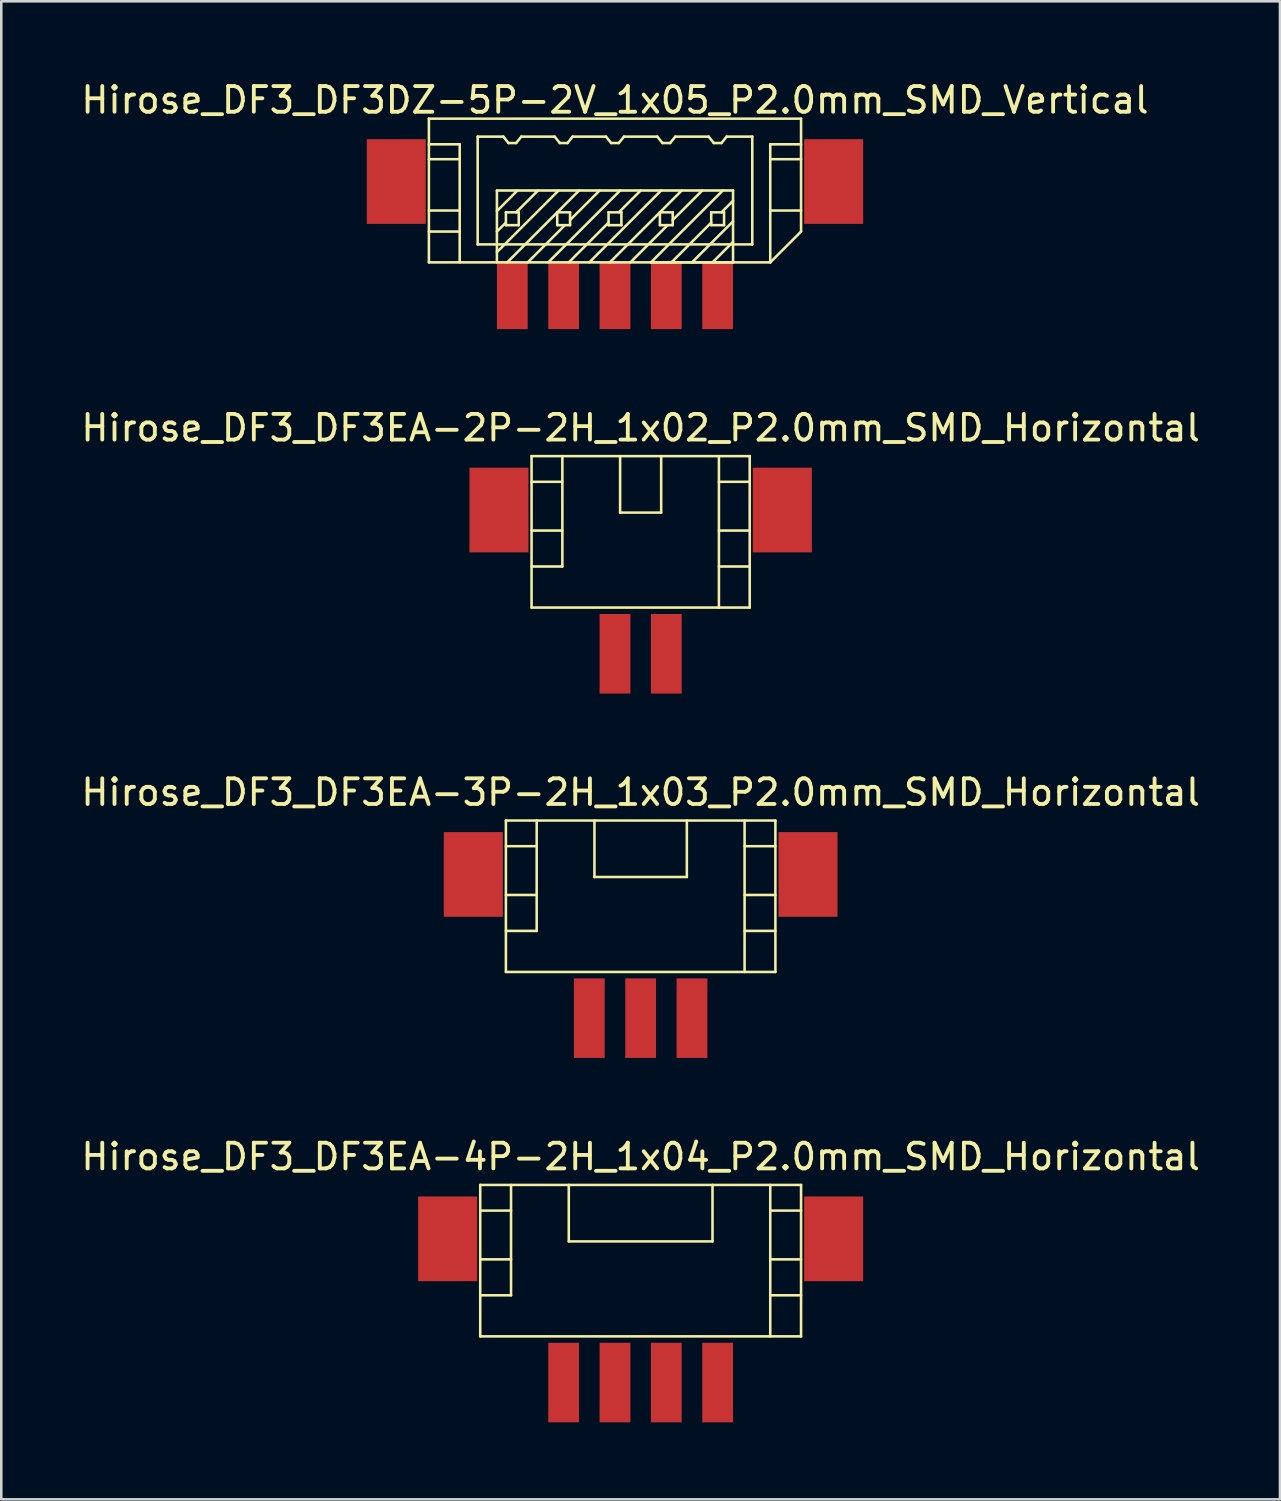
<source format=kicad_pcb>
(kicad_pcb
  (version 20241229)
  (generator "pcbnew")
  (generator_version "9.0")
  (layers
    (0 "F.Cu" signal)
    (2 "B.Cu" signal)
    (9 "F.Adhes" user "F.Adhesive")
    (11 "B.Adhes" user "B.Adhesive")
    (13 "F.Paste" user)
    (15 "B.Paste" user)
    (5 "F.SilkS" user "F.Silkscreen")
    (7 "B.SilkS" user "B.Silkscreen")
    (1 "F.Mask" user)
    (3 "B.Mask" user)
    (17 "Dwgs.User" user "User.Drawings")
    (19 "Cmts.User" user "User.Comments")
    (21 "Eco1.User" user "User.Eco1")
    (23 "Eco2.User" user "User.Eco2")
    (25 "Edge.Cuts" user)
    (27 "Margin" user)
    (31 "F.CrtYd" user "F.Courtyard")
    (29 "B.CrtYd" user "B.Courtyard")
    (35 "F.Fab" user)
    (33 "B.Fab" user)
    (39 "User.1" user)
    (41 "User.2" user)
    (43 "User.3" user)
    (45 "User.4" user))
  (footprint "Hirose_DF3_DF3EA-4P-2H_1x04_P2.0mm_SMD_Horizontal"
    (layer "F.Cu")
    (at 21.911 45.218)
    (property "Reference" "Hirose_DF3_DF3EA-4P-2H_1x04_P2.0mm_SMD_Horizontal" (at 0 -3.2 0) (layer "F.SilkS") (effects (font (size 1 1) (thickness 0.15))))
    (attr through_hole)
    (fp_line (start -6.25 -2.1) (end -6.25 3.8) (stroke (width 0.1) (type solid)) (layer "F.SilkS"))
    (fp_line (start -6.25 -2.1) (end 6.25 -2.1) (stroke (width 0.1) (type solid)) (layer "F.SilkS"))
    (fp_line (start -6.25 -1.1) (end -5.05 -1.1) (stroke (width 0.1) (type solid)) (layer "F.SilkS"))
    (fp_line (start -6.25 0.8) (end -5.05 0.8) (stroke (width 0.1) (type solid)) (layer "F.SilkS"))
    (fp_line (start -6.25 2.2) (end -5.05 2.2) (stroke (width 0.1) (type solid)) (layer "F.SilkS"))
    (fp_line (start -6.25 3.8) (end 6.25 3.8) (stroke (width 0.1) (type solid)) (layer "F.SilkS"))
    (fp_line (start -5.05 2.2) (end -5.05 -2.1) (stroke (width 0.1) (type solid)) (layer "F.SilkS"))
    (fp_line (start -2.8 -2.1) (end -2.8 0.1) (stroke (width 0.1) (type solid)) (layer "F.SilkS"))
    (fp_line (start -2.8 0.1) (end 2.8 0.1) (stroke (width 0.1) (type solid)) (layer "F.SilkS"))
    (fp_line (start 2.8 -2.1) (end 2.8 0.1) (stroke (width 0.1) (type solid)) (layer "F.SilkS"))
    (fp_line (start 5.05 -1.1) (end 6.25 -1.1) (stroke (width 0.1) (type solid)) (layer "F.SilkS"))
    (fp_line (start 5.05 0.8) (end 6.25 0.8) (stroke (width 0.1) (type solid)) (layer "F.SilkS"))
    (fp_line (start 5.05 2.2) (end 6.25 2.2) (stroke (width 0.1) (type solid)) (layer "F.SilkS"))
    (fp_line (start 5.05 3.8) (end 5.05 -2.1) (stroke (width 0.1) (type solid)) (layer "F.SilkS"))
    (fp_line (start 6.25 -2.1) (end 6.25 3.8) (stroke (width 0.1) (type solid)) (layer "F.SilkS"))
    (pad "" smd rect (at -7.52 0) (size 2.3 3.3) (layers "F.Cu" "F.Mask" "F.Paste"))
    (pad "" smd rect (at 7.52 0) (size 2.3 3.3) (layers "F.Cu" "F.Mask" "F.Paste"))
    (pad "1" smd rect (at 3 5.6) (size 1.2 3.1) (layers "F.Cu" "F.Mask" "F.Paste"))
    (pad "2" smd rect (at 1 5.6) (size 1.2 3.1) (layers "F.Cu" "F.Mask" "F.Paste"))
    (pad "3" smd rect (at -1 5.6) (size 1.2 3.1) (layers "F.Cu" "F.Mask" "F.Paste"))
    (pad "4" smd rect (at -3 5.6) (size 1.2 3.1) (layers "F.Cu" "F.Mask" "F.Paste")))
  (footprint "Hirose_DF3_DF3DZ-5P-2V_1x05_P2.0mm_SMD_Vertical"
    (layer "F.Cu")
    (at 20.911 4.023)
    (property "Reference" "Hirose_DF3_DF3DZ-5P-2V_1x05_P2.0mm_SMD_Vertical" (at 0 -3.175 0) (layer "F.SilkS") (effects (font (size 1 1) (thickness 0.15))))
    (attr through_hole)
    (fp_line (start -7.25 -2.45) (end -7.25 3.15) (stroke (width 0.1) (type solid)) (layer "F.SilkS"))
    (fp_line (start -7.25 -2.45) (end 7.25 -2.45) (stroke (width 0.1) (type solid)) (layer "F.SilkS"))
    (fp_line (start -7.25 -0.87) (end -6.05 -0.87) (stroke (width 0.1) (type solid)) (layer "F.SilkS"))
    (fp_line (start -7.25 1.13) (end -6.05 1.13) (stroke (width 0.1) (type solid)) (layer "F.SilkS"))
    (fp_line (start -7.25 1.95) (end -6.05 1.95) (stroke (width 0.1) (type solid)) (layer "F.SilkS"))
    (fp_line (start -7.25 3.15) (end 6.05 3.15) (stroke (width 0.1) (type solid)) (layer "F.SilkS"))
    (fp_line (start -6.05 -1.45) (end -7.25 -1.45) (stroke (width 0.1) (type solid)) (layer "F.SilkS"))
    (fp_line (start -6.05 3.15) (end -6.05 -1.45) (stroke (width 0.1) (type solid)) (layer "F.SilkS"))
    (fp_line (start -5.35 -1.75) (end -5.35 2.45) (stroke (width 0.1) (type solid)) (layer "F.SilkS"))
    (fp_line (start -5.35 2.45) (end 5.35 2.45) (stroke (width 0.1) (type solid)) (layer "F.SilkS"))
    (fp_line (start -4.6 0.35) (end -4.6 3.15) (stroke (width 0.1) (type solid)) (layer "F.SilkS"))
    (fp_line (start -4.35 -1.75) (end -5.35 -1.75) (stroke (width 0.1) (type solid)) (layer "F.SilkS"))
    (fp_line (start -4.35 -1.75) (end -4.15 -1.5) (stroke (width 0.1) (type solid)) (layer "F.SilkS"))
    (fp_line (start -4.25 1.2) (end -4.25 1.7) (stroke (width 0.1) (type solid)) (layer "F.SilkS"))
    (fp_line (start -4.25 1.6) (end -4.6 1.95) (stroke (width 0.1) (type solid)) (layer "F.SilkS"))
    (fp_line (start -4.25 1.7) (end -3.75 1.7) (stroke (width 0.1) (type solid)) (layer "F.SilkS"))
    (fp_line (start -4.15 -1.5) (end -3.85 -1.5) (stroke (width 0.1) (type solid)) (layer "F.SilkS"))
    (fp_line (start -3.85 -1.5) (end -3.65 -1.75) (stroke (width 0.1) (type solid)) (layer "F.SilkS"))
    (fp_line (start -3.8 0.35) (end -4.6 1.15) (stroke (width 0.1) (type solid)) (layer "F.SilkS"))
    (fp_line (start -3.75 1.2) (end -4.25 1.2) (stroke (width 0.1) (type solid)) (layer "F.SilkS"))
    (fp_line (start -3.75 1.7) (end -3.75 1.2) (stroke (width 0.1) (type solid)) (layer "F.SilkS"))
    (fp_line (start -3 0.35) (end -3.85 1.2) (stroke (width 0.1) (type solid)) (layer "F.SilkS"))
    (fp_line (start -2.35 -1.75) (end -3.65 -1.75) (stroke (width 0.1) (type solid)) (layer "F.SilkS"))
    (fp_line (start -2.35 -1.75) (end -2.15 -1.5) (stroke (width 0.1) (type solid)) (layer "F.SilkS"))
    (fp_line (start -2.25 1.2) (end -2.25 1.7) (stroke (width 0.1) (type solid)) (layer "F.SilkS"))
    (fp_line (start -2.25 1.7) (end -1.75 1.7) (stroke (width 0.1) (type solid)) (layer "F.SilkS"))
    (fp_line (start -2.2 0.35) (end -4.6 2.75) (stroke (width 0.1) (type solid)) (layer "F.SilkS"))
    (fp_line (start -2.15 -1.5) (end -1.85 -1.5) (stroke (width 0.1) (type solid)) (layer "F.SilkS"))
    (fp_line (start -1.95 1.7) (end -3.4 3.15) (stroke (width 0.1) (type solid)) (layer "F.SilkS"))
    (fp_line (start -1.85 -1.5) (end -1.65 -1.75) (stroke (width 0.1) (type solid)) (layer "F.SilkS"))
    (fp_line (start -1.75 1.2) (end -2.25 1.2) (stroke (width 0.1) (type solid)) (layer "F.SilkS"))
    (fp_line (start -1.75 1.7) (end -1.75 1.2) (stroke (width 0.1) (type solid)) (layer "F.SilkS"))
    (fp_line (start -1.4 0.35) (end -4.2 3.15) (stroke (width 0.1) (type solid)) (layer "F.SilkS"))
    (fp_line (start -0.6 0.35) (end -1.75 1.5) (stroke (width 0.1) (type solid)) (layer "F.SilkS"))
    (fp_line (start -0.35 -1.75) (end -1.65 -1.75) (stroke (width 0.1) (type solid)) (layer "F.SilkS"))
    (fp_line (start -0.35 -1.75) (end -0.15 -1.5) (stroke (width 0.1) (type solid)) (layer "F.SilkS"))
    (fp_line (start -0.25 1.2) (end -0.25 1.7) (stroke (width 0.1) (type solid)) (layer "F.SilkS"))
    (fp_line (start -0.25 1.6) (end -1.8 3.15) (stroke (width 0.1) (type solid)) (layer "F.SilkS"))
    (fp_line (start -0.25 1.7) (end 0.25 1.7) (stroke (width 0.1) (type solid)) (layer "F.SilkS"))
    (fp_line (start -0.15 -1.5) (end 0.15 -1.5) (stroke (width 0.1) (type solid)) (layer "F.SilkS"))
    (fp_line (start 0.15 -1.5) (end 0.35 -1.75) (stroke (width 0.1) (type solid)) (layer "F.SilkS"))
    (fp_line (start 0.2 0.35) (end -2.6 3.15) (stroke (width 0.1) (type solid)) (layer "F.SilkS"))
    (fp_line (start 0.25 1.2) (end -0.25 1.2) (stroke (width 0.1) (type solid)) (layer "F.SilkS"))
    (fp_line (start 0.25 1.7) (end 0.25 1.2) (stroke (width 0.1) (type solid)) (layer "F.SilkS"))
    (fp_line (start 0.6 3.15) (end 2.05 1.7) (stroke (width 0.1) (type solid)) (layer "F.SilkS"))
    (fp_line (start 1 0.35) (end 0.15 1.2) (stroke (width 0.1) (type solid)) (layer "F.SilkS"))
    (fp_line (start 1.4 3.15) (end 4.6 3.15) (stroke (width 0.1) (type solid)) (layer "F.SilkS"))
    (fp_line (start 1.65 -1.75) (end 0.35 -1.75) (stroke (width 0.1) (type solid)) (layer "F.SilkS"))
    (fp_line (start 1.65 -1.75) (end 1.85 -1.5) (stroke (width 0.1) (type solid)) (layer "F.SilkS"))
    (fp_line (start 1.75 1.2) (end 1.75 1.7) (stroke (width 0.1) (type solid)) (layer "F.SilkS"))
    (fp_line (start 1.75 1.7) (end 2.25 1.7) (stroke (width 0.1) (type solid)) (layer "F.SilkS"))
    (fp_line (start 1.8 0.35) (end -1 3.15) (stroke (width 0.1) (type solid)) (layer "F.SilkS"))
    (fp_line (start 1.85 -1.5) (end 2.15 -1.5) (stroke (width 0.1) (type solid)) (layer "F.SilkS"))
    (fp_line (start 2.15 -1.5) (end 2.35 -1.75) (stroke (width 0.1) (type solid)) (layer "F.SilkS"))
    (fp_line (start 2.2 3.15) (end 3.75 1.6) (stroke (width 0.1) (type solid)) (layer "F.SilkS"))
    (fp_line (start 2.25 1.2) (end 1.75 1.2) (stroke (width 0.1) (type solid)) (layer "F.SilkS"))
    (fp_line (start 2.25 1.7) (end 2.25 1.2) (stroke (width 0.1) (type solid)) (layer "F.SilkS"))
    (fp_line (start 2.6 0.35) (end -0.2 3.15) (stroke (width 0.1) (type solid)) (layer "F.SilkS"))
    (fp_line (start 3.4 0.35) (end 2.25 1.5) (stroke (width 0.1) (type solid)) (layer "F.SilkS"))
    (fp_line (start 3.65 -1.75) (end 2.35 -1.75) (stroke (width 0.1) (type solid)) (layer "F.SilkS"))
    (fp_line (start 3.65 -1.75) (end 3.85 -1.5) (stroke (width 0.1) (type solid)) (layer "F.SilkS"))
    (fp_line (start 3.75 1.2) (end 3.75 1.7) (stroke (width 0.1) (type solid)) (layer "F.SilkS"))
    (fp_line (start 3.75 1.7) (end 4.25 1.7) (stroke (width 0.1) (type solid)) (layer "F.SilkS"))
    (fp_line (start 3.85 -1.5) (end 4.15 -1.5) (stroke (width 0.1) (type solid)) (layer "F.SilkS"))
    (fp_line (start 4.15 -1.5) (end 4.35 -1.75) (stroke (width 0.1) (type solid)) (layer "F.SilkS"))
    (fp_line (start 4.2 0.35) (end 1.4 3.15) (stroke (width 0.1) (type solid)) (layer "F.SilkS"))
    (fp_line (start 4.25 1.2) (end 3.75 1.2) (stroke (width 0.1) (type solid)) (layer "F.SilkS"))
    (fp_line (start 4.25 1.7) (end 4.25 1.2) (stroke (width 0.1) (type solid)) (layer "F.SilkS"))
    (fp_line (start 4.6 0.35) (end -4.6 0.35) (stroke (width 0.1) (type solid)) (layer "F.SilkS"))
    (fp_line (start 4.6 0.75) (end 4.15 1.2) (stroke (width 0.1) (type solid)) (layer "F.SilkS"))
    (fp_line (start 4.6 1.55) (end 3 3.15) (stroke (width 0.1) (type solid)) (layer "F.SilkS"))
    (fp_line (start 4.6 2.35) (end 3.8 3.15) (stroke (width 0.1) (type solid)) (layer "F.SilkS"))
    (fp_line (start 4.6 3.15) (end 4.6 0.35) (stroke (width 0.1) (type solid)) (layer "F.SilkS"))
    (fp_line (start 5.35 -1.75) (end 4.35 -1.75) (stroke (width 0.1) (type solid)) (layer "F.SilkS"))
    (fp_line (start 5.35 2.45) (end 5.35 -1.75) (stroke (width 0.1) (type solid)) (layer "F.SilkS"))
    (fp_line (start 6.05 -1.45) (end 7.25 -1.45) (stroke (width 0.1) (type solid)) (layer "F.SilkS"))
    (fp_line (start 6.05 -0.87) (end 7.25 -0.87) (stroke (width 0.1) (type solid)) (layer "F.SilkS"))
    (fp_line (start 6.05 1.13) (end 7.25 1.13) (stroke (width 0.1) (type solid)) (layer "F.SilkS"))
    (fp_line (start 6.05 3.15) (end 6.05 -1.45) (stroke (width 0.1) (type solid)) (layer "F.SilkS"))
    (fp_line (start 6.05 3.15) (end 7.25 1.95) (stroke (width 0.1) (type solid)) (layer "F.SilkS"))
    (fp_line (start 7.25 -2.45) (end 7.25 1.95) (stroke (width 0.1) (type solid)) (layer "F.SilkS"))
    (pad "" smd rect (at -8.52 0) (size 2.3 3.3) (layers "F.Cu" "F.Mask" "F.Paste"))
    (pad "" smd rect (at 8.52 0) (size 2.3 3.3) (layers "F.Cu" "F.Mask" "F.Paste"))
    (pad "1" smd rect (at 4 4.45) (size 1.2 2.6) (layers "F.Cu" "F.Mask" "F.Paste"))
    (pad "2" smd rect (at 2 4.45) (size 1.2 2.6) (layers "F.Cu" "F.Mask" "F.Paste"))
    (pad "3" smd rect (at 0 4.45) (size 1.2 2.6) (layers "F.Cu" "F.Mask" "F.Paste"))
    (pad "4" smd rect (at -2 4.45) (size 1.2 2.6) (layers "F.Cu" "F.Mask" "F.Paste"))
    (pad "5" smd rect (at -4 4.45) (size 1.2 2.6) (layers "F.Cu" "F.Mask" "F.Paste")))
  (footprint "Hirose_DF3_DF3EA-3P-2H_1x03_P2.0mm_SMD_Horizontal"
    (layer "F.Cu")
    (at 21.911 31.02)
    (property "Reference" "Hirose_DF3_DF3EA-3P-2H_1x03_P2.0mm_SMD_Horizontal" (at 0 -3.2 0) (layer "F.SilkS") (effects (font (size 1 1) (thickness 0.15))))
    (attr smd)
    (fp_line (start -5.25 -2.1) (end -5.25 3.8) (stroke (width 0.1) (type solid)) (layer "F.SilkS"))
    (fp_line (start -5.25 -2.1) (end 5.25 -2.1) (stroke (width 0.1) (type solid)) (layer "F.SilkS"))
    (fp_line (start -5.25 -1.1) (end -4.05 -1.1) (stroke (width 0.1) (type solid)) (layer "F.SilkS"))
    (fp_line (start -5.25 0.8) (end -4.05 0.8) (stroke (width 0.1) (type solid)) (layer "F.SilkS"))
    (fp_line (start -5.25 2.2) (end -4.05 2.2) (stroke (width 0.1) (type solid)) (layer "F.SilkS"))
    (fp_line (start -5.25 3.8) (end 5.25 3.8) (stroke (width 0.1) (type solid)) (layer "F.SilkS"))
    (fp_line (start -4.05 2.2) (end -4.05 -2.1) (stroke (width 0.1) (type solid)) (layer "F.SilkS"))
    (fp_line (start -1.8 -2.1) (end -1.8 0.1) (stroke (width 0.1) (type solid)) (layer "F.SilkS"))
    (fp_line (start -1.8 0.1) (end 1.8 0.1) (stroke (width 0.1) (type solid)) (layer "F.SilkS"))
    (fp_line (start 1.8 -2.1) (end 1.8 0.1) (stroke (width 0.1) (type solid)) (layer "F.SilkS"))
    (fp_line (start 4.05 -1.1) (end 5.25 -1.1) (stroke (width 0.1) (type solid)) (layer "F.SilkS"))
    (fp_line (start 4.05 0.8) (end 5.25 0.8) (stroke (width 0.1) (type solid)) (layer "F.SilkS"))
    (fp_line (start 4.05 2.2) (end 5.25 2.2) (stroke (width 0.1) (type solid)) (layer "F.SilkS"))
    (fp_line (start 4.05 3.8) (end 4.05 -2.1) (stroke (width 0.1) (type solid)) (layer "F.SilkS"))
    (fp_line (start 5.25 -2.1) (end 5.25 3.8) (stroke (width 0.1) (type solid)) (layer "F.SilkS"))
    (pad "" smd rect (at -6.52 0) (size 2.3 3.3) (layers "F.Cu" "F.Mask" "F.Paste"))
    (pad "" smd rect (at 6.52 0) (size 2.3 3.3) (layers "F.Cu" "F.Mask" "F.Paste"))
    (pad "1" smd rect (at 2 5.6) (size 1.2 3.1) (layers "F.Cu" "F.Mask" "F.Paste"))
    (pad "2" smd rect (at 0 5.6) (size 1.2 3.1) (layers "F.Cu" "F.Mask" "F.Paste"))
    (pad "3" smd rect (at -2 5.6) (size 1.2 3.1) (layers "F.Cu" "F.Mask" "F.Paste")))
  (footprint "Hirose_DF3_DF3EA-2P-2H_1x02_P2.0mm_SMD_Horizontal"
    (layer "F.Cu")
    (at 21.911 16.822)
    (property "Reference" "Hirose_DF3_DF3EA-2P-2H_1x02_P2.0mm_SMD_Horizontal" (at 0 -3.2 0) (layer "F.SilkS") (effects (font (size 1 1) (thickness 0.15))))
    (attr through_hole)
    (fp_line (start -4.25 -2.1) (end -4.25 3.8) (stroke (width 0.1) (type solid)) (layer "F.SilkS"))
    (fp_line (start -4.25 -2.1) (end 4.25 -2.1) (stroke (width 0.1) (type solid)) (layer "F.SilkS"))
    (fp_line (start -4.25 -1.1) (end -3.05 -1.1) (stroke (width 0.1) (type solid)) (layer "F.SilkS"))
    (fp_line (start -4.25 0.8) (end -3.05 0.8) (stroke (width 0.1) (type solid)) (layer "F.SilkS"))
    (fp_line (start -4.25 2.2) (end -3.05 2.2) (stroke (width 0.1) (type solid)) (layer "F.SilkS"))
    (fp_line (start -4.25 3.8) (end 4.25 3.8) (stroke (width 0.1) (type solid)) (layer "F.SilkS"))
    (fp_line (start -3.05 2.2) (end -3.05 -2.1) (stroke (width 0.1) (type solid)) (layer "F.SilkS"))
    (fp_line (start -0.8 -2.1) (end -0.8 0.1) (stroke (width 0.1) (type solid)) (layer "F.SilkS"))
    (fp_line (start -0.8 0.1) (end 0.8 0.1) (stroke (width 0.1) (type solid)) (layer "F.SilkS"))
    (fp_line (start 0.8 -2.1) (end 0.8 0.1) (stroke (width 0.1) (type solid)) (layer "F.SilkS"))
    (fp_line (start 3.05 -1.1) (end 4.25 -1.1) (stroke (width 0.1) (type solid)) (layer "F.SilkS"))
    (fp_line (start 3.05 0.8) (end 4.25 0.8) (stroke (width 0.1) (type solid)) (layer "F.SilkS"))
    (fp_line (start 3.05 2.2) (end 4.25 2.2) (stroke (width 0.1) (type solid)) (layer "F.SilkS"))
    (fp_line (start 3.05 3.8) (end 3.05 -2.1) (stroke (width 0.1) (type solid)) (layer "F.SilkS"))
    (fp_line (start 4.25 -2.1) (end 4.25 3.8) (stroke (width 0.1) (type solid)) (layer "F.SilkS"))
    (pad "" smd rect (at -5.52 0) (size 2.3 3.3) (layers "F.Cu" "F.Mask" "F.Paste"))
    (pad "" smd rect (at 5.52 0) (size 2.3 3.3) (layers "F.Cu" "F.Mask" "F.Paste"))
    (pad "1" smd rect (at 1 5.6) (size 1.2 3.1) (layers "F.Cu" "F.Mask" "F.Paste"))
    (pad "2" smd rect (at -1 5.6) (size 1.2 3.1) (layers "F.Cu" "F.Mask" "F.Paste")))
  (gr_rect
    (start -3 -3)
    (end 46.821 55.368)
    (stroke (width 0.1) (type default))
    (fill no)
    (layer "Edge.Cuts")))
</source>
